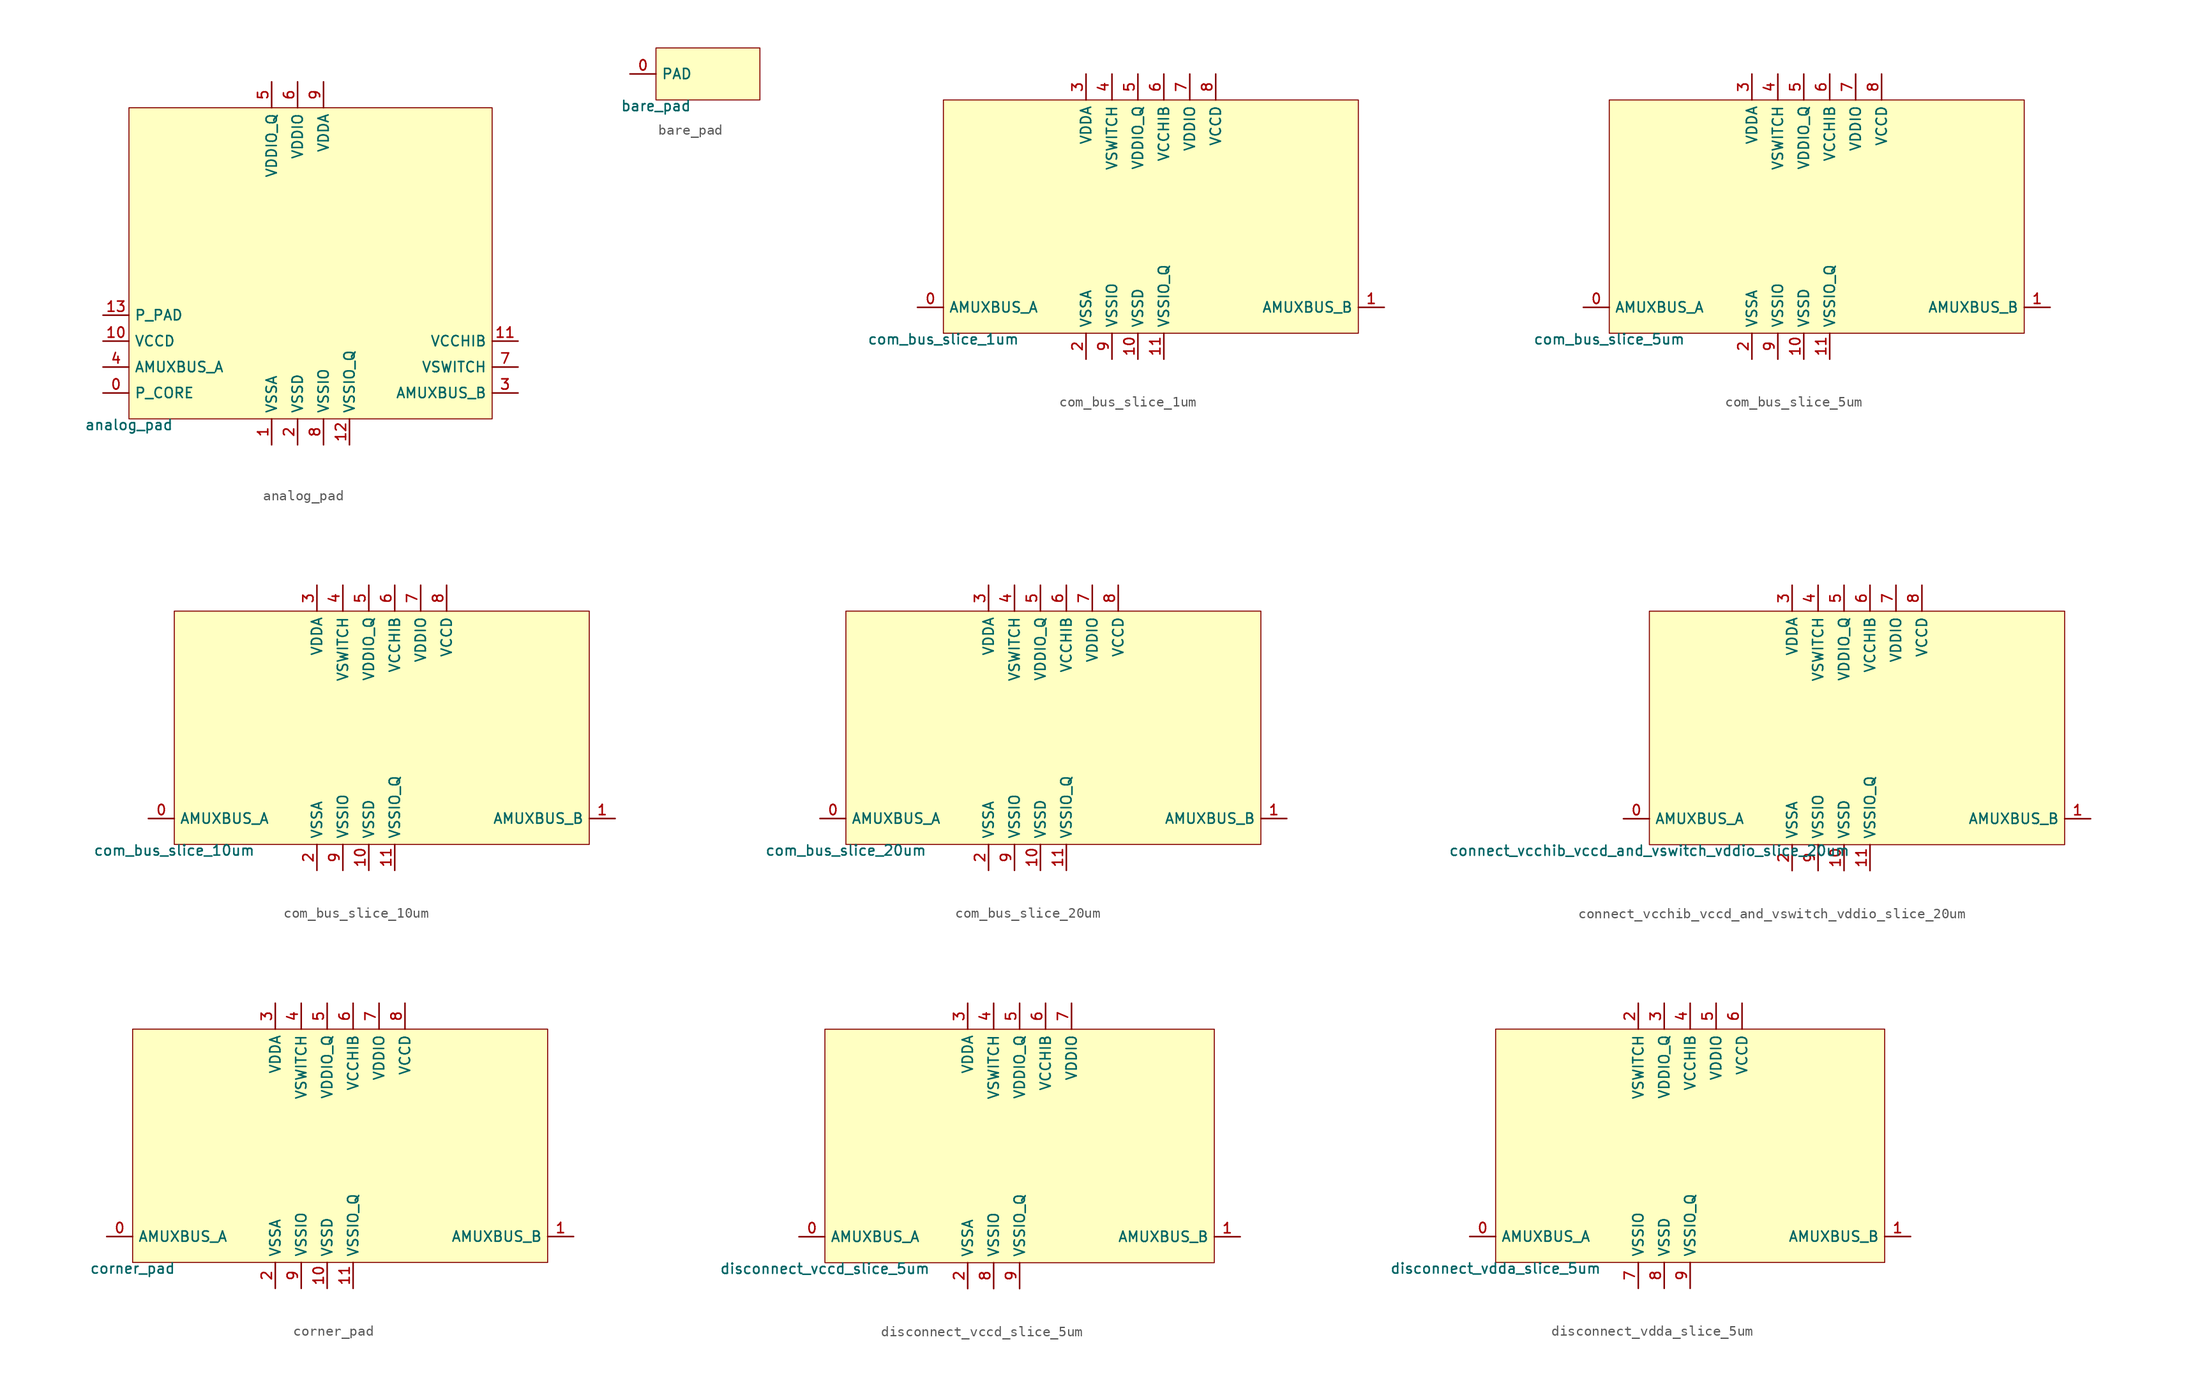
<source format=kicad_sym>
(kicad_symbol_lib
  (version 20211014)
  (generator lef2kicad_sym)
  (symbol "analog_pad"
    (property "Reference" "CELL"
      (at 0 0 0)
      (effects (font (size 1 1)) hide))
    (property "Value" "analog_pad"
      (at -17.78 -15.24 0)
      (effects (font (size 1 1)) (justify top)))
    (rectangle
      (start -17.78 -15.24)
      (end 17.78 15.24)
      (stroke (width 0.1) (type solid) (color 0 0 0 0))
      (fill (type background)))
    (pin bidirectional line
      (at -20.32 -12.7 0)
      (length 2.54)
      (name "P_CORE" (effects (font (size 1 1)) hide))
      (number "0" (effects (font (size 1 1)) hide)))
    (pin power_in line
      (at -3.81 -17.78 90)
      (length 2.54)
      (name "VSSA" (effects (font (size 1 1)) hide))
      (number "1" (effects (font (size 1 1)) hide)))
    (pin power_in line
      (at -1.27 -17.78 90)
      (length 2.54)
      (name "VSSD" (effects (font (size 1 1)) hide))
      (number "2" (effects (font (size 1 1)) hide)))
    (pin bidirectional line
      (at 20.32 -12.7 180)
      (length 2.54)
      (name "AMUXBUS_B" (effects (font (size 1 1)) hide))
      (number "3" (effects (font (size 1 1)) hide)))
    (pin bidirectional line
      (at -20.32 -10.16 0)
      (length 2.54)
      (name "AMUXBUS_A" (effects (font (size 1 1)) hide))
      (number "4" (effects (font (size 1 1)) hide)))
    (pin power_in line
      (at -3.81 17.78 270)
      (length 2.54)
      (name "VDDIO_Q" (effects (font (size 1 1)) hide))
      (number "5" (effects (font (size 1 1)) hide)))
    (pin power_in line
      (at -1.27 17.78 270)
      (length 2.54)
      (name "VDDIO" (effects (font (size 1 1)) hide))
      (number "6" (effects (font (size 1 1)) hide)))
    (pin bidirectional line
      (at 20.32 -10.16 180)
      (length 2.54)
      (name "VSWITCH" (effects (font (size 1 1)) hide))
      (number "7" (effects (font (size 1 1)) hide)))
    (pin power_in line
      (at 1.27 -17.78 90)
      (length 2.54)
      (name "VSSIO" (effects (font (size 1 1)) hide))
      (number "8" (effects (font (size 1 1)) hide)))
    (pin power_in line
      (at 1.27 17.78 270)
      (length 2.54)
      (name "VDDA" (effects (font (size 1 1)) hide))
      (number "9" (effects (font (size 1 1)) hide)))
    (pin bidirectional line
      (at -20.32 -7.62 0)
      (length 2.54)
      (name "VCCD" (effects (font (size 1 1)) hide))
      (number "10" (effects (font (size 1 1)) hide)))
    (pin bidirectional line
      (at 20.32 -7.62 180)
      (length 2.54)
      (name "VCCHIB" (effects (font (size 1 1)) hide))
      (number "11" (effects (font (size 1 1)) hide)))
    (pin power_in line
      (at 3.81 -17.78 90)
      (length 2.54)
      (name "VSSIO_Q" (effects (font (size 1 1)) hide))
      (number "12" (effects (font (size 1 1)) hide)))
    (pin bidirectional line
      (at -20.32 -5.08 0)
      (length 2.54)
      (name "P_PAD" (effects (font (size 1 1)) hide))
      (number "13" (effects (font (size 1 1)) hide))))
  (symbol "bare_pad"
    (property "Reference" "CELL"
      (at 0 0 0)
      (effects (font (size 1 1)) hide))
    (property "Value" "bare_pad"
      (at -5.08 -2.54 0)
      (effects (font (size 1 1)) (justify top)))
    (rectangle
      (start -5.08 -2.54)
      (end 5.08 2.54)
      (stroke (width 0.1) (type solid) (color 0 0 0 0))
      (fill (type background)))
    (pin bidirectional line
      (at -7.62 0.0 0)
      (length 2.54)
      (name "PAD" (effects (font (size 1 1)) hide))
      (number "0" (effects (font (size 1 1)) hide))))
  (symbol "com_bus_slice_1um"
    (property "Reference" "CELL"
      (at 0 0 0)
      (effects (font (size 1 1)) hide))
    (property "Value" "com_bus_slice_1um"
      (at -20.32 -11.43 0)
      (effects (font (size 1 1)) (justify top)))
    (rectangle
      (start -20.32 -11.43)
      (end 20.32 11.43)
      (stroke (width 0.1) (type solid) (color 0 0 0 0))
      (fill (type background)))
    (pin bidirectional line
      (at -22.86 -8.89 0)
      (length 2.54)
      (name "AMUXBUS_A" (effects (font (size 1 1)) hide))
      (number "0" (effects (font (size 1 1)) hide)))
    (pin bidirectional line
      (at 22.86 -8.89 180)
      (length 2.54)
      (name "AMUXBUS_B" (effects (font (size 1 1)) hide))
      (number "1" (effects (font (size 1 1)) hide)))
    (pin power_in line
      (at -6.35 -13.97 90)
      (length 2.54)
      (name "VSSA" (effects (font (size 1 1)) hide))
      (number "2" (effects (font (size 1 1)) hide)))
    (pin power_in line
      (at -6.35 13.97 270)
      (length 2.54)
      (name "VDDA" (effects (font (size 1 1)) hide))
      (number "3" (effects (font (size 1 1)) hide)))
    (pin power_in line
      (at -3.81 13.97 270)
      (length 2.54)
      (name "VSWITCH" (effects (font (size 1 1)) hide))
      (number "4" (effects (font (size 1 1)) hide)))
    (pin power_in line
      (at -1.27 13.97 270)
      (length 2.54)
      (name "VDDIO_Q" (effects (font (size 1 1)) hide))
      (number "5" (effects (font (size 1 1)) hide)))
    (pin power_in line
      (at 1.27 13.97 270)
      (length 2.54)
      (name "VCCHIB" (effects (font (size 1 1)) hide))
      (number "6" (effects (font (size 1 1)) hide)))
    (pin power_in line
      (at 3.81 13.97 270)
      (length 2.54)
      (name "VDDIO" (effects (font (size 1 1)) hide))
      (number "7" (effects (font (size 1 1)) hide)))
    (pin power_in line
      (at 6.35 13.97 270)
      (length 2.54)
      (name "VCCD" (effects (font (size 1 1)) hide))
      (number "8" (effects (font (size 1 1)) hide)))
    (pin power_in line
      (at -3.81 -13.97 90)
      (length 2.54)
      (name "VSSIO" (effects (font (size 1 1)) hide))
      (number "9" (effects (font (size 1 1)) hide)))
    (pin power_in line
      (at -1.27 -13.97 90)
      (length 2.54)
      (name "VSSD" (effects (font (size 1 1)) hide))
      (number "10" (effects (font (size 1 1)) hide)))
    (pin power_in line
      (at 1.27 -13.97 90)
      (length 2.54)
      (name "VSSIO_Q" (effects (font (size 1 1)) hide))
      (number "11" (effects (font (size 1 1)) hide))))
  (symbol "com_bus_slice_5um"
    (property "Reference" "CELL"
      (at 0 0 0)
      (effects (font (size 1 1)) hide))
    (property "Value" "com_bus_slice_5um"
      (at -20.32 -11.43 0)
      (effects (font (size 1 1)) (justify top)))
    (rectangle
      (start -20.32 -11.43)
      (end 20.32 11.43)
      (stroke (width 0.1) (type solid) (color 0 0 0 0))
      (fill (type background)))
    (pin bidirectional line
      (at -22.86 -8.89 0)
      (length 2.54)
      (name "AMUXBUS_A" (effects (font (size 1 1)) hide))
      (number "0" (effects (font (size 1 1)) hide)))
    (pin bidirectional line
      (at 22.86 -8.89 180)
      (length 2.54)
      (name "AMUXBUS_B" (effects (font (size 1 1)) hide))
      (number "1" (effects (font (size 1 1)) hide)))
    (pin power_in line
      (at -6.35 -13.97 90)
      (length 2.54)
      (name "VSSA" (effects (font (size 1 1)) hide))
      (number "2" (effects (font (size 1 1)) hide)))
    (pin power_in line
      (at -6.35 13.97 270)
      (length 2.54)
      (name "VDDA" (effects (font (size 1 1)) hide))
      (number "3" (effects (font (size 1 1)) hide)))
    (pin power_in line
      (at -3.81 13.97 270)
      (length 2.54)
      (name "VSWITCH" (effects (font (size 1 1)) hide))
      (number "4" (effects (font (size 1 1)) hide)))
    (pin power_in line
      (at -1.27 13.97 270)
      (length 2.54)
      (name "VDDIO_Q" (effects (font (size 1 1)) hide))
      (number "5" (effects (font (size 1 1)) hide)))
    (pin power_in line
      (at 1.27 13.97 270)
      (length 2.54)
      (name "VCCHIB" (effects (font (size 1 1)) hide))
      (number "6" (effects (font (size 1 1)) hide)))
    (pin power_in line
      (at 3.81 13.97 270)
      (length 2.54)
      (name "VDDIO" (effects (font (size 1 1)) hide))
      (number "7" (effects (font (size 1 1)) hide)))
    (pin power_in line
      (at 6.35 13.97 270)
      (length 2.54)
      (name "VCCD" (effects (font (size 1 1)) hide))
      (number "8" (effects (font (size 1 1)) hide)))
    (pin power_in line
      (at -3.81 -13.97 90)
      (length 2.54)
      (name "VSSIO" (effects (font (size 1 1)) hide))
      (number "9" (effects (font (size 1 1)) hide)))
    (pin power_in line
      (at -1.27 -13.97 90)
      (length 2.54)
      (name "VSSD" (effects (font (size 1 1)) hide))
      (number "10" (effects (font (size 1 1)) hide)))
    (pin power_in line
      (at 1.27 -13.97 90)
      (length 2.54)
      (name "VSSIO_Q" (effects (font (size 1 1)) hide))
      (number "11" (effects (font (size 1 1)) hide))))
  (symbol "com_bus_slice_10um"
    (property "Reference" "CELL"
      (at 0 0 0)
      (effects (font (size 1 1)) hide))
    (property "Value" "com_bus_slice_10um"
      (at -20.32 -11.43 0)
      (effects (font (size 1 1)) (justify top)))
    (rectangle
      (start -20.32 -11.43)
      (end 20.32 11.43)
      (stroke (width 0.1) (type solid) (color 0 0 0 0))
      (fill (type background)))
    (pin bidirectional line
      (at -22.86 -8.89 0)
      (length 2.54)
      (name "AMUXBUS_A" (effects (font (size 1 1)) hide))
      (number "0" (effects (font (size 1 1)) hide)))
    (pin bidirectional line
      (at 22.86 -8.89 180)
      (length 2.54)
      (name "AMUXBUS_B" (effects (font (size 1 1)) hide))
      (number "1" (effects (font (size 1 1)) hide)))
    (pin power_in line
      (at -6.35 -13.97 90)
      (length 2.54)
      (name "VSSA" (effects (font (size 1 1)) hide))
      (number "2" (effects (font (size 1 1)) hide)))
    (pin power_in line
      (at -6.35 13.97 270)
      (length 2.54)
      (name "VDDA" (effects (font (size 1 1)) hide))
      (number "3" (effects (font (size 1 1)) hide)))
    (pin power_in line
      (at -3.81 13.97 270)
      (length 2.54)
      (name "VSWITCH" (effects (font (size 1 1)) hide))
      (number "4" (effects (font (size 1 1)) hide)))
    (pin power_in line
      (at -1.27 13.97 270)
      (length 2.54)
      (name "VDDIO_Q" (effects (font (size 1 1)) hide))
      (number "5" (effects (font (size 1 1)) hide)))
    (pin power_in line
      (at 1.27 13.97 270)
      (length 2.54)
      (name "VCCHIB" (effects (font (size 1 1)) hide))
      (number "6" (effects (font (size 1 1)) hide)))
    (pin power_in line
      (at 3.81 13.97 270)
      (length 2.54)
      (name "VDDIO" (effects (font (size 1 1)) hide))
      (number "7" (effects (font (size 1 1)) hide)))
    (pin power_in line
      (at 6.35 13.97 270)
      (length 2.54)
      (name "VCCD" (effects (font (size 1 1)) hide))
      (number "8" (effects (font (size 1 1)) hide)))
    (pin power_in line
      (at -3.81 -13.97 90)
      (length 2.54)
      (name "VSSIO" (effects (font (size 1 1)) hide))
      (number "9" (effects (font (size 1 1)) hide)))
    (pin power_in line
      (at -1.27 -13.97 90)
      (length 2.54)
      (name "VSSD" (effects (font (size 1 1)) hide))
      (number "10" (effects (font (size 1 1)) hide)))
    (pin power_in line
      (at 1.27 -13.97 90)
      (length 2.54)
      (name "VSSIO_Q" (effects (font (size 1 1)) hide))
      (number "11" (effects (font (size 1 1)) hide))))
  (symbol "com_bus_slice_20um"
    (property "Reference" "CELL"
      (at 0 0 0)
      (effects (font (size 1 1)) hide))
    (property "Value" "com_bus_slice_20um"
      (at -20.32 -11.43 0)
      (effects (font (size 1 1)) (justify top)))
    (rectangle
      (start -20.32 -11.43)
      (end 20.32 11.43)
      (stroke (width 0.1) (type solid) (color 0 0 0 0))
      (fill (type background)))
    (pin bidirectional line
      (at -22.86 -8.89 0)
      (length 2.54)
      (name "AMUXBUS_A" (effects (font (size 1 1)) hide))
      (number "0" (effects (font (size 1 1)) hide)))
    (pin bidirectional line
      (at 22.86 -8.89 180)
      (length 2.54)
      (name "AMUXBUS_B" (effects (font (size 1 1)) hide))
      (number "1" (effects (font (size 1 1)) hide)))
    (pin power_in line
      (at -6.35 -13.97 90)
      (length 2.54)
      (name "VSSA" (effects (font (size 1 1)) hide))
      (number "2" (effects (font (size 1 1)) hide)))
    (pin power_in line
      (at -6.35 13.97 270)
      (length 2.54)
      (name "VDDA" (effects (font (size 1 1)) hide))
      (number "3" (effects (font (size 1 1)) hide)))
    (pin power_in line
      (at -3.81 13.97 270)
      (length 2.54)
      (name "VSWITCH" (effects (font (size 1 1)) hide))
      (number "4" (effects (font (size 1 1)) hide)))
    (pin power_in line
      (at -1.27 13.97 270)
      (length 2.54)
      (name "VDDIO_Q" (effects (font (size 1 1)) hide))
      (number "5" (effects (font (size 1 1)) hide)))
    (pin power_in line
      (at 1.27 13.97 270)
      (length 2.54)
      (name "VCCHIB" (effects (font (size 1 1)) hide))
      (number "6" (effects (font (size 1 1)) hide)))
    (pin power_in line
      (at 3.81 13.97 270)
      (length 2.54)
      (name "VDDIO" (effects (font (size 1 1)) hide))
      (number "7" (effects (font (size 1 1)) hide)))
    (pin power_in line
      (at 6.35 13.97 270)
      (length 2.54)
      (name "VCCD" (effects (font (size 1 1)) hide))
      (number "8" (effects (font (size 1 1)) hide)))
    (pin power_in line
      (at -3.81 -13.97 90)
      (length 2.54)
      (name "VSSIO" (effects (font (size 1 1)) hide))
      (number "9" (effects (font (size 1 1)) hide)))
    (pin power_in line
      (at -1.27 -13.97 90)
      (length 2.54)
      (name "VSSD" (effects (font (size 1 1)) hide))
      (number "10" (effects (font (size 1 1)) hide)))
    (pin power_in line
      (at 1.27 -13.97 90)
      (length 2.54)
      (name "VSSIO_Q" (effects (font (size 1 1)) hide))
      (number "11" (effects (font (size 1 1)) hide))))
  (symbol "connect_vcchib_vccd_and_vswitch_vddio_slice_20um"
    (property "Reference" "CELL"
      (at 0 0 0)
      (effects (font (size 1 1)) hide))
    (property "Value" "connect_vcchib_vccd_and_vswitch_vddio_slice_20um"
      (at -20.32 -11.43 0)
      (effects (font (size 1 1)) (justify top)))
    (rectangle
      (start -20.32 -11.43)
      (end 20.32 11.43)
      (stroke (width 0.1) (type solid) (color 0 0 0 0))
      (fill (type background)))
    (pin bidirectional line
      (at -22.86 -8.89 0)
      (length 2.54)
      (name "AMUXBUS_A" (effects (font (size 1 1)) hide))
      (number "0" (effects (font (size 1 1)) hide)))
    (pin bidirectional line
      (at 22.86 -8.89 180)
      (length 2.54)
      (name "AMUXBUS_B" (effects (font (size 1 1)) hide))
      (number "1" (effects (font (size 1 1)) hide)))
    (pin power_in line
      (at -6.35 -13.97 90)
      (length 2.54)
      (name "VSSA" (effects (font (size 1 1)) hide))
      (number "2" (effects (font (size 1 1)) hide)))
    (pin power_in line
      (at -6.35 13.97 270)
      (length 2.54)
      (name "VDDA" (effects (font (size 1 1)) hide))
      (number "3" (effects (font (size 1 1)) hide)))
    (pin power_in line
      (at -3.81 13.97 270)
      (length 2.54)
      (name "VSWITCH" (effects (font (size 1 1)) hide))
      (number "4" (effects (font (size 1 1)) hide)))
    (pin power_in line
      (at -1.27 13.97 270)
      (length 2.54)
      (name "VDDIO_Q" (effects (font (size 1 1)) hide))
      (number "5" (effects (font (size 1 1)) hide)))
    (pin power_in line
      (at 1.27 13.97 270)
      (length 2.54)
      (name "VCCHIB" (effects (font (size 1 1)) hide))
      (number "6" (effects (font (size 1 1)) hide)))
    (pin power_in line
      (at 3.81 13.97 270)
      (length 2.54)
      (name "VDDIO" (effects (font (size 1 1)) hide))
      (number "7" (effects (font (size 1 1)) hide)))
    (pin power_in line
      (at 6.35 13.97 270)
      (length 2.54)
      (name "VCCD" (effects (font (size 1 1)) hide))
      (number "8" (effects (font (size 1 1)) hide)))
    (pin power_in line
      (at -3.81 -13.97 90)
      (length 2.54)
      (name "VSSIO" (effects (font (size 1 1)) hide))
      (number "9" (effects (font (size 1 1)) hide)))
    (pin power_in line
      (at -1.27 -13.97 90)
      (length 2.54)
      (name "VSSD" (effects (font (size 1 1)) hide))
      (number "10" (effects (font (size 1 1)) hide)))
    (pin power_in line
      (at 1.27 -13.97 90)
      (length 2.54)
      (name "VSSIO_Q" (effects (font (size 1 1)) hide))
      (number "11" (effects (font (size 1 1)) hide))))
  (symbol "corner_pad"
    (property "Reference" "CELL"
      (at 0 0 0)
      (effects (font (size 1 1)) hide))
    (property "Value" "corner_pad"
      (at -20.32 -11.43 0)
      (effects (font (size 1 1)) (justify top)))
    (rectangle
      (start -20.32 -11.43)
      (end 20.32 11.43)
      (stroke (width 0.1) (type solid) (color 0 0 0 0))
      (fill (type background)))
    (pin bidirectional line
      (at -22.86 -8.89 0)
      (length 2.54)
      (name "AMUXBUS_A" (effects (font (size 1 1)) hide))
      (number "0" (effects (font (size 1 1)) hide)))
    (pin bidirectional line
      (at 22.86 -8.89 180)
      (length 2.54)
      (name "AMUXBUS_B" (effects (font (size 1 1)) hide))
      (number "1" (effects (font (size 1 1)) hide)))
    (pin power_in line
      (at -6.35 -13.97 90)
      (length 2.54)
      (name "VSSA" (effects (font (size 1 1)) hide))
      (number "2" (effects (font (size 1 1)) hide)))
    (pin power_in line
      (at -6.35 13.97 270)
      (length 2.54)
      (name "VDDA" (effects (font (size 1 1)) hide))
      (number "3" (effects (font (size 1 1)) hide)))
    (pin power_in line
      (at -3.81 13.97 270)
      (length 2.54)
      (name "VSWITCH" (effects (font (size 1 1)) hide))
      (number "4" (effects (font (size 1 1)) hide)))
    (pin power_in line
      (at -1.27 13.97 270)
      (length 2.54)
      (name "VDDIO_Q" (effects (font (size 1 1)) hide))
      (number "5" (effects (font (size 1 1)) hide)))
    (pin power_in line
      (at 1.27 13.97 270)
      (length 2.54)
      (name "VCCHIB" (effects (font (size 1 1)) hide))
      (number "6" (effects (font (size 1 1)) hide)))
    (pin power_in line
      (at 3.81 13.97 270)
      (length 2.54)
      (name "VDDIO" (effects (font (size 1 1)) hide))
      (number "7" (effects (font (size 1 1)) hide)))
    (pin power_in line
      (at 6.35 13.97 270)
      (length 2.54)
      (name "VCCD" (effects (font (size 1 1)) hide))
      (number "8" (effects (font (size 1 1)) hide)))
    (pin power_in line
      (at -3.81 -13.97 90)
      (length 2.54)
      (name "VSSIO" (effects (font (size 1 1)) hide))
      (number "9" (effects (font (size 1 1)) hide)))
    (pin power_in line
      (at -1.27 -13.97 90)
      (length 2.54)
      (name "VSSD" (effects (font (size 1 1)) hide))
      (number "10" (effects (font (size 1 1)) hide)))
    (pin power_in line
      (at 1.27 -13.97 90)
      (length 2.54)
      (name "VSSIO_Q" (effects (font (size 1 1)) hide))
      (number "11" (effects (font (size 1 1)) hide))))
  (symbol "disconnect_vccd_slice_5um"
    (property "Reference" "CELL"
      (at 0 0 0)
      (effects (font (size 1 1)) hide))
    (property "Value" "disconnect_vccd_slice_5um"
      (at -19.05 -11.43 0)
      (effects (font (size 1 1)) (justify top)))
    (rectangle
      (start -19.05 -11.43)
      (end 19.05 11.43)
      (stroke (width 0.1) (type solid) (color 0 0 0 0))
      (fill (type background)))
    (pin bidirectional line
      (at -21.59 -8.89 0)
      (length 2.54)
      (name "AMUXBUS_A" (effects (font (size 1 1)) hide))
      (number "0" (effects (font (size 1 1)) hide)))
    (pin bidirectional line
      (at 21.59 -8.89 180)
      (length 2.54)
      (name "AMUXBUS_B" (effects (font (size 1 1)) hide))
      (number "1" (effects (font (size 1 1)) hide)))
    (pin power_in line
      (at -5.08 -13.97 90)
      (length 2.54)
      (name "VSSA" (effects (font (size 1 1)) hide))
      (number "2" (effects (font (size 1 1)) hide)))
    (pin power_in line
      (at -5.08 13.97 270)
      (length 2.54)
      (name "VDDA" (effects (font (size 1 1)) hide))
      (number "3" (effects (font (size 1 1)) hide)))
    (pin power_in line
      (at -2.54 13.97 270)
      (length 2.54)
      (name "VSWITCH" (effects (font (size 1 1)) hide))
      (number "4" (effects (font (size 1 1)) hide)))
    (pin power_in line
      (at 3.552713678800501e-15 13.97 270)
      (length 2.54)
      (name "VDDIO_Q" (effects (font (size 1 1)) hide))
      (number "5" (effects (font (size 1 1)) hide)))
    (pin power_in line
      (at 2.54 13.97 270)
      (length 2.54)
      (name "VCCHIB" (effects (font (size 1 1)) hide))
      (number "6" (effects (font (size 1 1)) hide)))
    (pin power_in line
      (at 5.08 13.97 270)
      (length 2.54)
      (name "VDDIO" (effects (font (size 1 1)) hide))
      (number "7" (effects (font (size 1 1)) hide)))
    (pin power_in line
      (at -2.54 -13.97 90)
      (length 2.54)
      (name "VSSIO" (effects (font (size 1 1)) hide))
      (number "8" (effects (font (size 1 1)) hide)))
    (pin power_in line
      (at 3.552713678800501e-15 -13.97 90)
      (length 2.54)
      (name "VSSIO_Q" (effects (font (size 1 1)) hide))
      (number "9" (effects (font (size 1 1)) hide))))
  (symbol "disconnect_vdda_slice_5um"
    (property "Reference" "CELL"
      (at 0 0 0)
      (effects (font (size 1 1)) hide))
    (property "Value" "disconnect_vdda_slice_5um"
      (at -19.05 -11.43 0)
      (effects (font (size 1 1)) (justify top)))
    (rectangle
      (start -19.05 -11.43)
      (end 19.05 11.43)
      (stroke (width 0.1) (type solid) (color 0 0 0 0))
      (fill (type background)))
    (pin bidirectional line
      (at -21.59 -8.89 0)
      (length 2.54)
      (name "AMUXBUS_A" (effects (font (size 1 1)) hide))
      (number "0" (effects (font (size 1 1)) hide)))
    (pin bidirectional line
      (at 21.59 -8.89 180)
      (length 2.54)
      (name "AMUXBUS_B" (effects (font (size 1 1)) hide))
      (number "1" (effects (font (size 1 1)) hide)))
    (pin power_in line
      (at -5.08 13.97 270)
      (length 2.54)
      (name "VSWITCH" (effects (font (size 1 1)) hide))
      (number "2" (effects (font (size 1 1)) hide)))
    (pin power_in line
      (at -2.54 13.97 270)
      (length 2.54)
      (name "VDDIO_Q" (effects (font (size 1 1)) hide))
      (number "3" (effects (font (size 1 1)) hide)))
    (pin power_in line
      (at 3.552713678800501e-15 13.97 270)
      (length 2.54)
      (name "VCCHIB" (effects (font (size 1 1)) hide))
      (number "4" (effects (font (size 1 1)) hide)))
    (pin power_in line
      (at 2.54 13.97 270)
      (length 2.54)
      (name "VDDIO" (effects (font (size 1 1)) hide))
      (number "5" (effects (font (size 1 1)) hide)))
    (pin power_in line
      (at 5.08 13.97 270)
      (length 2.54)
      (name "VCCD" (effects (font (size 1 1)) hide))
      (number "6" (effects (font (size 1 1)) hide)))
    (pin power_in line
      (at -5.08 -13.97 90)
      (length 2.54)
      (name "VSSIO" (effects (font (size 1 1)) hide))
      (number "7" (effects (font (size 1 1)) hide)))
    (pin power_in line
      (at -2.54 -13.97 90)
      (length 2.54)
      (name "VSSD" (effects (font (size 1 1)) hide))
      (number "8" (effects (font (size 1 1)) hide)))
    (pin power_in line
      (at 3.552713678800501e-15 -13.97 90)
      (length 2.54)
      (name "VSSIO_Q" (effects (font (size 1 1)) hide))
      (number "9" (effects (font (size 1 1)) hide)))))
</source>
